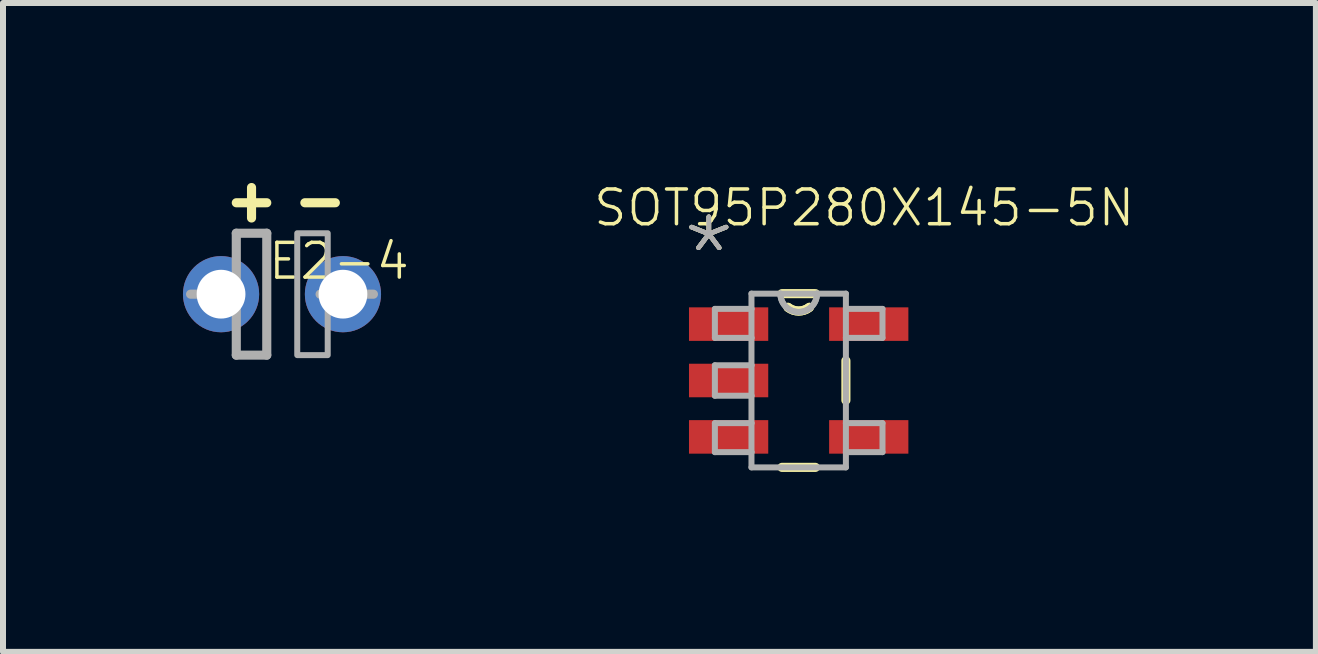
<source format=kicad_pcb>
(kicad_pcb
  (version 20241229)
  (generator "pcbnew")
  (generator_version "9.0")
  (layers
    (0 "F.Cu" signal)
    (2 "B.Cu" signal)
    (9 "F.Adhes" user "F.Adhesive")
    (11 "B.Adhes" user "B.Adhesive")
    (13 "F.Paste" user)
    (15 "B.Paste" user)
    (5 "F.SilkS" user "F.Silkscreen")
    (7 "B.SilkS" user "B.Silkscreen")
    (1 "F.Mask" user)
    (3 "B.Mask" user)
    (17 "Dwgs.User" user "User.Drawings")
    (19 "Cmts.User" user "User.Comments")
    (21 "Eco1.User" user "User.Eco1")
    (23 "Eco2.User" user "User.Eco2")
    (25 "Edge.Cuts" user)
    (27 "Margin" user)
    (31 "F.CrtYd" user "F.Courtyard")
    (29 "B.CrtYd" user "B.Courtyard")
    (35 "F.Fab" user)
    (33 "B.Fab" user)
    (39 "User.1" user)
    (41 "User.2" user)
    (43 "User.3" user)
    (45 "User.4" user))
  (footprint "E2-4"
    (layer "F.Cu")
    (at 1.651 1.854)
    (property "Reference" "E2-4" (at 2.159 -0.889 0) (layer "F.SilkS") (effects (font (size 0.579 0.579) (thickness 0.058)) (justify right top)))
    (attr through_hole)
    (fp_line (start -0.762 -1.524) (end -0.254 -1.524) (stroke (width 0.152) (type solid)) (layer "F.SilkS"))
    (fp_line (start -0.508 -1.27) (end -0.508 -1.778) (stroke (width 0.152) (type solid)) (layer "F.SilkS"))
    (fp_line (start 0.381 -1.524) (end 0.889 -1.524) (stroke (width 0.152) (type solid)) (layer "F.SilkS"))
    (fp_line (start -1.524 0) (end -0.762 0) (stroke (width 0.152) (type solid)) (layer "F.Fab"))
    (fp_line (start -0.762 -1.016) (end -0.762 0) (stroke (width 0.152) (type solid)) (layer "F.Fab"))
    (fp_line (start -0.762 0) (end -0.762 1.016) (stroke (width 0.152) (type solid)) (layer "F.Fab"))
    (fp_line (start -0.762 1.016) (end -0.254 1.016) (stroke (width 0.152) (type solid)) (layer "F.Fab"))
    (fp_line (start -0.254 -1.016) (end -0.762 -1.016) (stroke (width 0.152) (type solid)) (layer "F.Fab"))
    (fp_line (start -0.254 1.016) (end -0.254 -1.016) (stroke (width 0.152) (type solid)) (layer "F.Fab"))
    (fp_line (start 0.635 0) (end 1.524 0) (stroke (width 0.152) (type solid)) (layer "F.Fab"))
    (fp_poly (pts (xy 0.254 1.016) (xy 0.762 1.016) (xy 0.762 -1.016) (xy 0.254 -1.016)) (stroke (width 0.1) (type solid)) (fill no) (layer "F.Fab"))
    (pad "+" thru_hole circle (at -1.016 0) (size 1.27 1.27) (drill 0.813) (layers "*.Cu" "*.Mask"))
    (pad "-" thru_hole circle (at 1.016 0) (size 1.27 1.27) (drill 0.813) (layers "*.Cu" "*.Mask")))
  (footprint "SOT95P280X145-5N"
    (layer "F.Cu")
    (at 10.264 3.293)
    (property "Reference" "SOT95P280X145-5N" (at -3.454 -2.54 0) (layer "F.SilkS") (effects (font (size 0.579 0.579) (thickness 0.058)) (justify left bottom)))
    (attr through_hole)
    (fp_line (start -0.279 1.448) (end 0.279 1.448) (stroke (width 0.152) (type solid)) (layer "F.SilkS"))
    (fp_line (start 0.279 -1.448) (end -0.279 -1.448) (stroke (width 0.152) (type solid)) (layer "F.SilkS"))
    (fp_line (start 0.787 0.33) (end 0.787 -0.33) (stroke (width 0.152) (type solid)) (layer "F.SilkS"))
    (fp_arc (start 0.1778 -1.2192) (mid 0 -1.157978) (end -0.177799 -1.2192) (stroke (width 0.1524) (type solid)) (layer "F.SilkS"))
    (fp_arc (start 0.1778 -1.2192) (mid 0 -1.157978) (end -0.177799 -1.2192) (stroke (width 0.1524) (type solid)) (layer "F.SilkS"))
    (fp_line (start -1.397 -1.194) (end -1.397 -0.711) (stroke (width 0.1) (type solid)) (layer "F.Fab"))
    (fp_line (start -1.397 -0.711) (end -0.787 -0.711) (stroke (width 0.1) (type solid)) (layer "F.Fab"))
    (fp_line (start -1.397 -0.254) (end -1.397 0.254) (stroke (width 0.1) (type solid)) (layer "F.Fab"))
    (fp_line (start -1.397 0.254) (end -0.787 0.254) (stroke (width 0.1) (type solid)) (layer "F.Fab"))
    (fp_line (start -1.397 0.711) (end -1.397 1.194) (stroke (width 0.1) (type solid)) (layer "F.Fab"))
    (fp_line (start -1.397 1.194) (end -0.787 1.194) (stroke (width 0.1) (type solid)) (layer "F.Fab"))
    (fp_line (start -0.787 -1.448) (end -0.787 -1.194) (stroke (width 0.1) (type solid)) (layer "F.Fab"))
    (fp_line (start -0.787 -1.194) (end -1.397 -1.194) (stroke (width 0.1) (type solid)) (layer "F.Fab"))
    (fp_line (start -0.787 -0.711) (end -0.787 -1.194) (stroke (width 0.1) (type solid)) (layer "F.Fab"))
    (fp_line (start -0.787 -0.711) (end -0.787 -0.254) (stroke (width 0.1) (type solid)) (layer "F.Fab"))
    (fp_line (start -0.787 -0.254) (end -1.397 -0.254) (stroke (width 0.1) (type solid)) (layer "F.Fab"))
    (fp_line (start -0.787 0.254) (end -0.787 -0.254) (stroke (width 0.1) (type solid)) (layer "F.Fab"))
    (fp_line (start -0.787 0.254) (end -0.787 0.711) (stroke (width 0.1) (type solid)) (layer "F.Fab"))
    (fp_line (start -0.787 0.711) (end -1.397 0.711) (stroke (width 0.1) (type solid)) (layer "F.Fab"))
    (fp_line (start -0.787 1.194) (end -0.787 0.711) (stroke (width 0.1) (type solid)) (layer "F.Fab"))
    (fp_line (start -0.787 1.448) (end -0.787 1.194) (stroke (width 0.1) (type solid)) (layer "F.Fab"))
    (fp_line (start -0.787 1.448) (end 0.787 1.448) (stroke (width 0.1) (type solid)) (layer "F.Fab"))
    (fp_line (start -0.305 -1.448) (end -0.787 -1.448) (stroke (width 0.1) (type solid)) (layer "F.Fab"))
    (fp_line (start 0.305 -1.448) (end -0.305 -1.448) (stroke (width 0.1) (type solid)) (layer "F.Fab"))
    (fp_line (start 0.787 -1.448) (end 0.305 -1.448) (stroke (width 0.1) (type solid)) (layer "F.Fab"))
    (fp_line (start 0.787 -1.448) (end 0.787 -1.194) (stroke (width 0.1) (type solid)) (layer "F.Fab"))
    (fp_line (start 0.787 -1.194) (end 0.787 -0.711) (stroke (width 0.1) (type solid)) (layer "F.Fab"))
    (fp_line (start 0.787 -0.711) (end 1.397 -0.711) (stroke (width 0.1) (type solid)) (layer "F.Fab"))
    (fp_line (start 0.787 0.711) (end 0.787 -0.711) (stroke (width 0.1) (type solid)) (layer "F.Fab"))
    (fp_line (start 0.787 0.711) (end 0.787 1.194) (stroke (width 0.1) (type solid)) (layer "F.Fab"))
    (fp_line (start 0.787 1.194) (end 1.397 1.194) (stroke (width 0.1) (type solid)) (layer "F.Fab"))
    (fp_line (start 0.787 1.448) (end 0.787 1.194) (stroke (width 0.1) (type solid)) (layer "F.Fab"))
    (fp_line (start 1.397 -1.194) (end 0.787 -1.194) (stroke (width 0.1) (type solid)) (layer "F.Fab"))
    (fp_line (start 1.397 -0.711) (end 1.397 -1.194) (stroke (width 0.1) (type solid)) (layer "F.Fab"))
    (fp_line (start 1.397 0.711) (end 0.787 0.711) (stroke (width 0.1) (type solid)) (layer "F.Fab"))
    (fp_line (start 1.397 1.194) (end 1.397 0.711) (stroke (width 0.1) (type solid)) (layer "F.Fab"))
    (fp_arc (start 0.3048 -1.4478) (mid 0 -1.143) (end -0.3048 -1.4478) (stroke (width 0.1) (type solid)) (layer "F.Fab"))
    (fp_arc (start 0.3048 -1.4478) (mid 0 -1.143) (end -0.3048 -1.4478) (stroke (width 0.1) (type solid)) (layer "F.Fab"))
    (fp_text user "*" (at -2.007 -1.372 0) (layer "F.SilkS") (effects (font (size 1.206 1.206) (thickness 0.076)) (justify left bottom)))
    (fp_text user "*" (at -2.007 -1.372 0) (layer "F.SilkS") (effects (font (size 1.206 1.206) (thickness 0.076)) (justify left bottom)))
    (fp_text user "*" (at -2.007 -1.372 0) (layer "F.Fab") (effects (font (size 1.206 1.206) (thickness 0.076)) (justify left bottom)))
    (fp_text user "*" (at -2.007 -1.372 0) (layer "F.Fab") (effects (font (size 1.206 1.206) (thickness 0.076)) (justify left bottom)))
    (pad "1" smd rect (at -1.168 -0.94) (size 1.321 0.559) (layers "F.Cu" "F.Mask" "F.Paste"))
    (pad "2" smd rect (at -1.168 0) (size 1.321 0.559) (layers "F.Cu" "F.Mask" "F.Paste"))
    (pad "3" smd rect (at -1.168 0.94) (size 1.321 0.559) (layers "F.Cu" "F.Mask" "F.Paste"))
    (pad "4" smd rect (at 1.168 0.94) (size 1.321 0.559) (layers "F.Cu" "F.Mask" "F.Paste"))
    (pad "5" smd rect (at 1.168 -0.94) (size 1.321 0.559) (layers "F.Cu" "F.Mask" "F.Paste")))
  (gr_rect
    (start -3 -3)
    (end 18.886 7.817)
    (stroke (width 0.1) (type default))
    (fill no)
    (layer "Edge.Cuts")))
</source>
